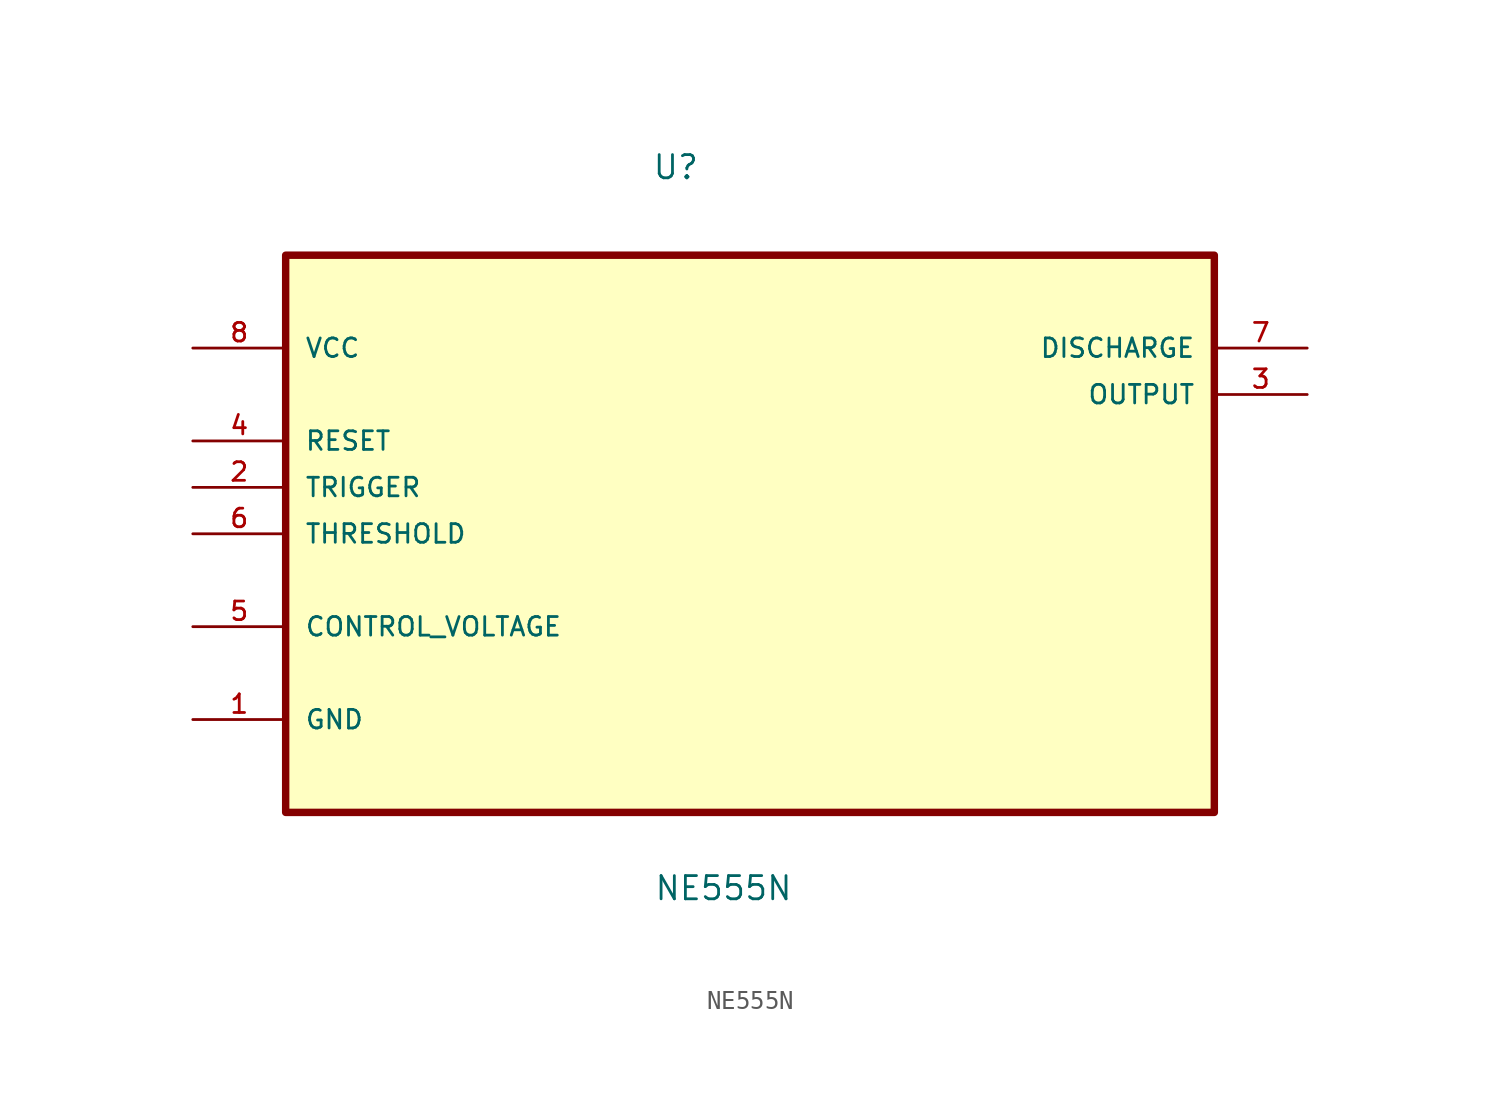
<source format=kicad_sym>
(kicad_symbol_lib
  (version 20211014)
  (generator kicad_symbol_editor)
  (symbol "NE555N"
    (pin_names
      (offset 1.016))
    (property "Reference" "U"
      (at -5.369 16.77 0.0)
      (effects (font (size 1.27 1.27)) (justify bottom left)))
    (property "Value" "NE555N"
      (at -5.267 -22.67 0.0)
      (effects (font (size 1.27 1.27)) (justify bottom left)))
    (symbol "NE555N_0_0"
      (rectangle (start -25.4 -17.78) (end 25.4 12.7) (stroke (width 0.406)) (fill (type background)))
      (pin power_in line (at -30.48 7.62 0) (length 5.08) (name "VCC" (effects (font (size 1.016 1.016)))) (number "8" (effects (font (size 1.016 1.016)))))
      (pin input line (at -30.48 2.54 0) (length 5.08) (name "RESET" (effects (font (size 1.016 1.016)))) (number "4" (effects (font (size 1.016 1.016)))))
      (pin input line (at -30.48 0.0 0) (length 5.08) (name "TRIGGER" (effects (font (size 1.016 1.016)))) (number "2" (effects (font (size 1.016 1.016)))))
      (pin input line (at -30.48 -2.54 0) (length 5.08) (name "THRESHOLD" (effects (font (size 1.016 1.016)))) (number "6" (effects (font (size 1.016 1.016)))))
      (pin input line (at -30.48 -7.62 0) (length 5.08) (name "CONTROL_VOLTAGE" (effects (font (size 1.016 1.016)))) (number "5" (effects (font (size 1.016 1.016)))))
      (pin passive line (at -30.48 -12.7 0) (length 5.08) (name "GND" (effects (font (size 1.016 1.016)))) (number "1" (effects (font (size 1.016 1.016)))))
      (pin output line (at 30.48 7.62 180.0) (length 5.08) (name "DISCHARGE" (effects (font (size 1.016 1.016)))) (number "7" (effects (font (size 1.016 1.016)))))
      (pin output line (at 30.48 5.08 180.0) (length 5.08) (name "OUTPUT" (effects (font (size 1.016 1.016)))) (number "3" (effects (font (size 1.016 1.016))))))))
</source>
